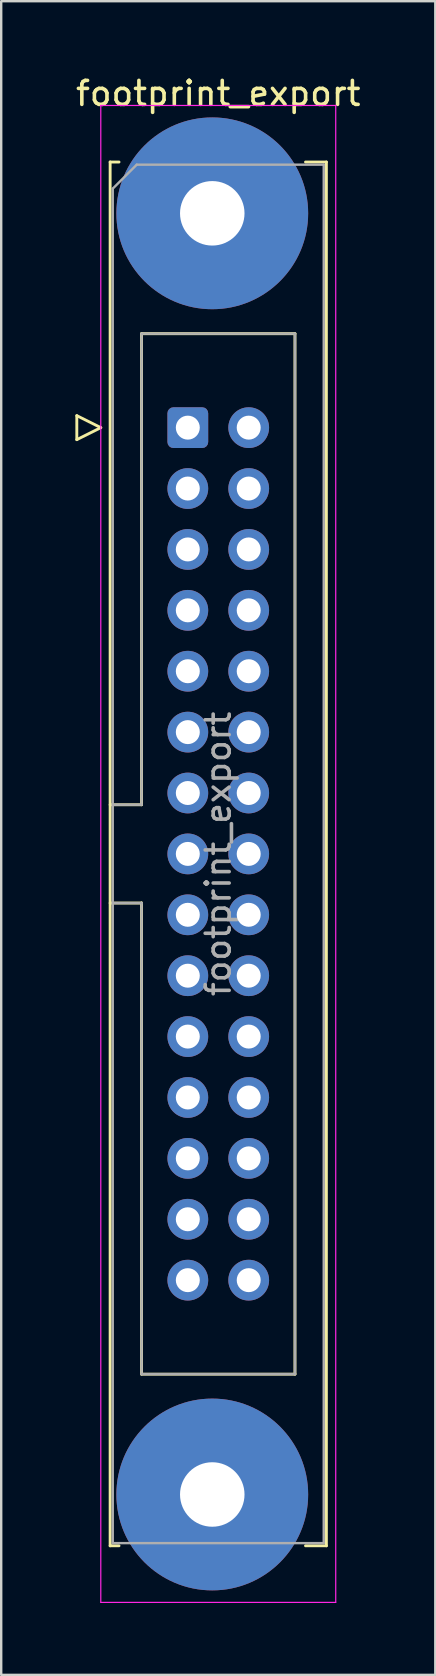
<source format=kicad_pcb>
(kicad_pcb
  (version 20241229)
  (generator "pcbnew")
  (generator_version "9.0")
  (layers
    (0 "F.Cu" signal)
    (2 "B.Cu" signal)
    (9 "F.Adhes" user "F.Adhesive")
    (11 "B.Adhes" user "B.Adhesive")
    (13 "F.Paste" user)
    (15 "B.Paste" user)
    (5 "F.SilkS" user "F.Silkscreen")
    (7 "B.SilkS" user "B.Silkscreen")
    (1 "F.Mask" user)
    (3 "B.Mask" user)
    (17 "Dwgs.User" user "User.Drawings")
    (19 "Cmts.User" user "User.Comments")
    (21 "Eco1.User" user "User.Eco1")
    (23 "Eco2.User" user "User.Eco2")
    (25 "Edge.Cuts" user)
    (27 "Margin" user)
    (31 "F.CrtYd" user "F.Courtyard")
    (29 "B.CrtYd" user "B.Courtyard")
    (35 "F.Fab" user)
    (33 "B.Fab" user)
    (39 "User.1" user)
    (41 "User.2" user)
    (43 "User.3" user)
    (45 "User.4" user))
  (footprint "footprint_export"
    (layer "F.Cu")
    (at 4.784 14.788)
    (property "Reference" "footprint_export" (at 1.27 -13.94 0) (layer "F.SilkS") (effects (font (size 1 1) (thickness 0.15))))
    (attr through_hole)
    (fp_line (start -4.63 -0.5) (end -4.63 0.5) (stroke (width 0.12) (type solid)) (layer "F.SilkS"))
    (fp_line (start -4.63 0.5) (end -3.63 0) (stroke (width 0.12) (type solid)) (layer "F.SilkS"))
    (fp_line (start -3.63 0) (end -4.63 -0.5) (stroke (width 0.12) (type solid)) (layer "F.SilkS"))
    (fp_line (start -3.24 -11.08) (end -3.24 46.64) (stroke (width 0.12) (type solid)) (layer "F.SilkS"))
    (fp_line (start -3.24 15.73) (end -1.93 15.73) (stroke (width 0.12) (type solid)) (layer "F.SilkS"))
    (fp_line (start -3.24 46.64) (end -2.87 46.64) (stroke (width 0.12) (type solid)) (layer "F.SilkS"))
    (fp_line (start -2.87 -11.08) (end -3.24 -11.08) (stroke (width 0.12) (type solid)) (layer "F.SilkS"))
    (fp_line (start -1.93 -3.92) (end 4.47 -3.92) (stroke (width 0.12) (type solid)) (layer "F.SilkS"))
    (fp_line (start -1.93 15.73) (end -1.93 -3.92) (stroke (width 0.12) (type solid)) (layer "F.SilkS"))
    (fp_line (start -1.93 19.83) (end -3.24 19.83) (stroke (width 0.12) (type solid)) (layer "F.SilkS"))
    (fp_line (start -1.93 19.83) (end -1.93 19.83) (stroke (width 0.12) (type solid)) (layer "F.SilkS"))
    (fp_line (start -1.93 39.48) (end -1.93 19.83) (stroke (width 0.12) (type solid)) (layer "F.SilkS"))
    (fp_line (start 4.47 -3.92) (end 4.47 39.48) (stroke (width 0.12) (type solid)) (layer "F.SilkS"))
    (fp_line (start 4.47 39.48) (end -1.93 39.48) (stroke (width 0.12) (type solid)) (layer "F.SilkS"))
    (fp_line (start 4.91 -11.08) (end 5.78 -11.08) (stroke (width 0.12) (type solid)) (layer "F.SilkS"))
    (fp_line (start 5.78 -11.08) (end 5.78 46.64) (stroke (width 0.12) (type solid)) (layer "F.SilkS"))
    (fp_line (start 5.78 46.64) (end 4.91 46.64) (stroke (width 0.12) (type solid)) (layer "F.SilkS"))
    (fp_line (start -3.63 -13.44) (end -3.63 49) (stroke (width 0.05) (type solid)) (layer "F.CrtYd"))
    (fp_line (start -3.63 49) (end 6.17 49) (stroke (width 0.05) (type solid)) (layer "F.CrtYd"))
    (fp_line (start 6.17 -13.44) (end -3.63 -13.44) (stroke (width 0.05) (type solid)) (layer "F.CrtYd"))
    (fp_line (start 6.17 49) (end 6.17 -13.44) (stroke (width 0.05) (type solid)) (layer "F.CrtYd"))
    (fp_line (start -3.13 -9.97) (end -2.13 -10.97) (stroke (width 0.1) (type solid)) (layer "F.Fab"))
    (fp_line (start -3.13 15.73) (end -1.93 15.73) (stroke (width 0.1) (type solid)) (layer "F.Fab"))
    (fp_line (start -3.13 46.53) (end -3.13 -9.97) (stroke (width 0.1) (type solid)) (layer "F.Fab"))
    (fp_line (start -2.13 -10.97) (end 5.67 -10.97) (stroke (width 0.1) (type solid)) (layer "F.Fab"))
    (fp_line (start -1.93 -3.92) (end 4.47 -3.92) (stroke (width 0.1) (type solid)) (layer "F.Fab"))
    (fp_line (start -1.93 15.73) (end -1.93 -3.92) (stroke (width 0.1) (type solid)) (layer "F.Fab"))
    (fp_line (start -1.93 19.83) (end -3.13 19.83) (stroke (width 0.1) (type solid)) (layer "F.Fab"))
    (fp_line (start -1.93 19.83) (end -1.93 19.83) (stroke (width 0.1) (type solid)) (layer "F.Fab"))
    (fp_line (start -1.93 39.48) (end -1.93 19.83) (stroke (width 0.1) (type solid)) (layer "F.Fab"))
    (fp_line (start 4.47 -3.92) (end 4.47 39.48) (stroke (width 0.1) (type solid)) (layer "F.Fab"))
    (fp_line (start 4.47 39.48) (end -1.93 39.48) (stroke (width 0.1) (type solid)) (layer "F.Fab"))
    (fp_line (start 5.67 -10.97) (end 5.67 46.53) (stroke (width 0.1) (type solid)) (layer "F.Fab"))
    (fp_line (start 5.67 46.53) (end -3.13 46.53) (stroke (width 0.1) (type solid)) (layer "F.Fab"))
    (fp_text user "${REFERENCE}" (at 1.27 17.78 90) (layer "F.Fab") (effects (font (size 1 1) (thickness 0.15))))
    (pad "1" thru_hole roundrect (at 0 0) (size 1.7 1.7) (drill 1) (layers "*.Cu" "*.Mask") (roundrect_rratio 0.147))
    (pad "2" thru_hole circle (at 2.54 0) (size 1.7 1.7) (drill 1) (layers "*.Cu" "*.Mask"))
    (pad "3" thru_hole circle (at 0 2.54) (size 1.7 1.7) (drill 1) (layers "*.Cu" "*.Mask"))
    (pad "4" thru_hole circle (at 2.54 2.54) (size 1.7 1.7) (drill 1) (layers "*.Cu" "*.Mask"))
    (pad "5" thru_hole circle (at 0 5.08) (size 1.7 1.7) (drill 1) (layers "*.Cu" "*.Mask"))
    (pad "6" thru_hole circle (at 2.54 5.08) (size 1.7 1.7) (drill 1) (layers "*.Cu" "*.Mask"))
    (pad "7" thru_hole circle (at 0 7.62) (size 1.7 1.7) (drill 1) (layers "*.Cu" "*.Mask"))
    (pad "8" thru_hole circle (at 2.54 7.62) (size 1.7 1.7) (drill 1) (layers "*.Cu" "*.Mask"))
    (pad "9" thru_hole circle (at 0 10.16) (size 1.7 1.7) (drill 1) (layers "*.Cu" "*.Mask"))
    (pad "10" thru_hole circle (at 2.54 10.16) (size 1.7 1.7) (drill 1) (layers "*.Cu" "*.Mask"))
    (pad "11" thru_hole circle (at 0 12.7) (size 1.7 1.7) (drill 1) (layers "*.Cu" "*.Mask"))
    (pad "12" thru_hole circle (at 2.54 12.7) (size 1.7 1.7) (drill 1) (layers "*.Cu" "*.Mask"))
    (pad "13" thru_hole circle (at 0 15.24) (size 1.7 1.7) (drill 1) (layers "*.Cu" "*.Mask"))
    (pad "14" thru_hole circle (at 2.54 15.24) (size 1.7 1.7) (drill 1) (layers "*.Cu" "*.Mask"))
    (pad "15" thru_hole circle (at 0 17.78) (size 1.7 1.7) (drill 1) (layers "*.Cu" "*.Mask"))
    (pad "16" thru_hole circle (at 2.54 17.78) (size 1.7 1.7) (drill 1) (layers "*.Cu" "*.Mask"))
    (pad "17" thru_hole circle (at 0 20.32) (size 1.7 1.7) (drill 1) (layers "*.Cu" "*.Mask"))
    (pad "18" thru_hole circle (at 2.54 20.32) (size 1.7 1.7) (drill 1) (layers "*.Cu" "*.Mask"))
    (pad "19" thru_hole circle (at 0 22.86) (size 1.7 1.7) (drill 1) (layers "*.Cu" "*.Mask"))
    (pad "20" thru_hole circle (at 2.54 22.86) (size 1.7 1.7) (drill 1) (layers "*.Cu" "*.Mask"))
    (pad "21" thru_hole circle (at 0 25.4) (size 1.7 1.7) (drill 1) (layers "*.Cu" "*.Mask"))
    (pad "22" thru_hole circle (at 2.54 25.4) (size 1.7 1.7) (drill 1) (layers "*.Cu" "*.Mask"))
    (pad "23" thru_hole circle (at 0 27.94) (size 1.7 1.7) (drill 1) (layers "*.Cu" "*.Mask"))
    (pad "24" thru_hole circle (at 2.54 27.94) (size 1.7 1.7) (drill 1) (layers "*.Cu" "*.Mask"))
    (pad "25" thru_hole circle (at 0 30.48) (size 1.7 1.7) (drill 1) (layers "*.Cu" "*.Mask"))
    (pad "26" thru_hole circle (at 2.54 30.48) (size 1.7 1.7) (drill 1) (layers "*.Cu" "*.Mask"))
    (pad "27" thru_hole circle (at 0 33.02) (size 1.7 1.7) (drill 1) (layers "*.Cu" "*.Mask"))
    (pad "28" thru_hole circle (at 2.54 33.02) (size 1.7 1.7) (drill 1) (layers "*.Cu" "*.Mask"))
    (pad "29" thru_hole circle (at 0 35.56) (size 1.7 1.7) (drill 1) (layers "*.Cu" "*.Mask"))
    (pad "30" thru_hole circle (at 2.54 35.56) (size 1.7 1.7) (drill 1) (layers "*.Cu" "*.Mask"))
    (pad "MP" thru_hole circle (at 1.02 -8.94) (size 8 8) (drill 2.69) (layers "*.Cu" "*.Mask"))
    (pad "MP" thru_hole circle (at 1.02 44.5) (size 8 8) (drill 2.69) (layers "*.Cu" "*.Mask")))
  (gr_rect
    (start -3 -3)
    (end 15.107 66.813)
    (stroke (width 0.1) (type default))
    (fill no)
    (layer "Edge.Cuts")))
</source>
